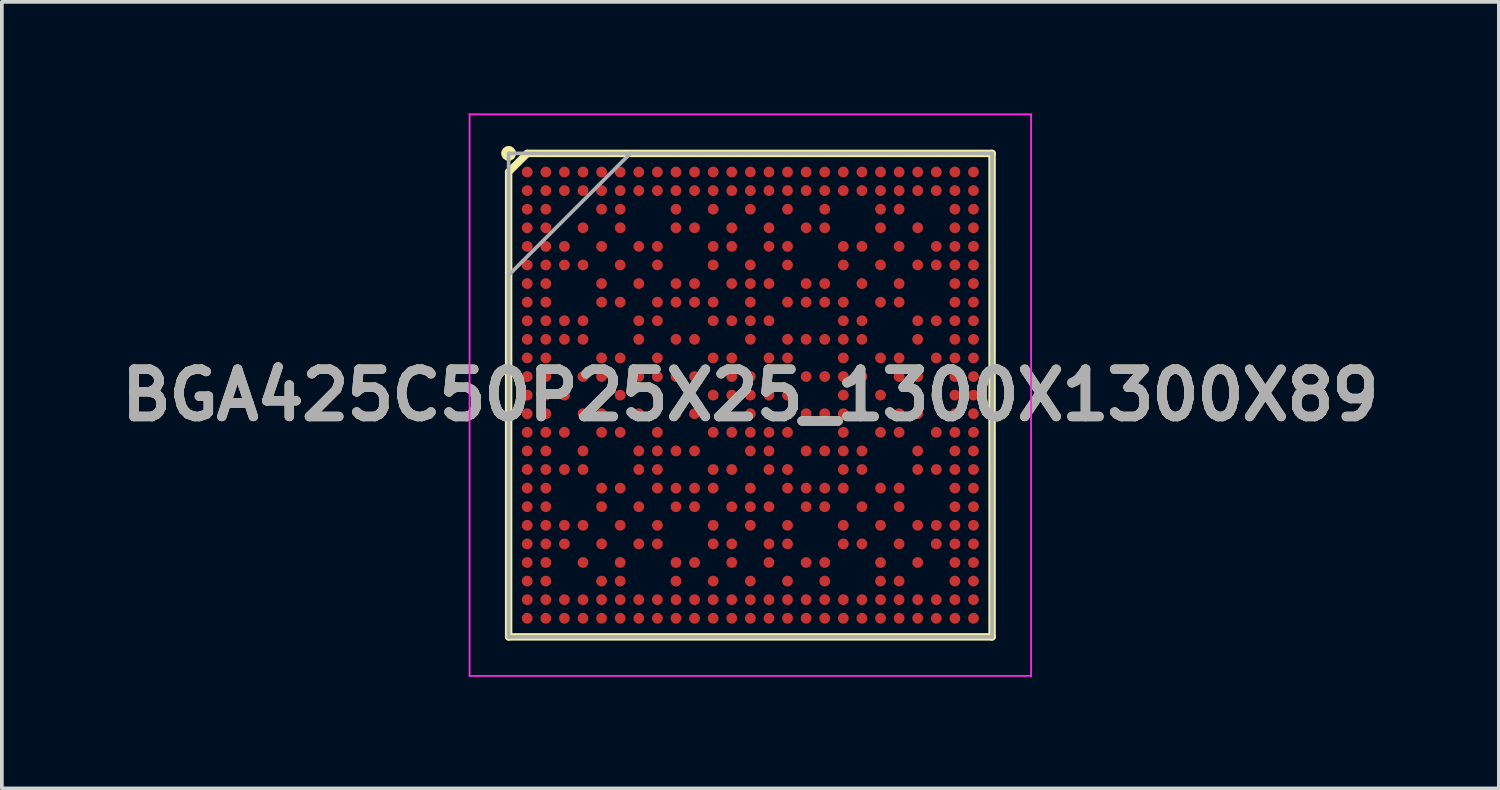
<source format=kicad_pcb>
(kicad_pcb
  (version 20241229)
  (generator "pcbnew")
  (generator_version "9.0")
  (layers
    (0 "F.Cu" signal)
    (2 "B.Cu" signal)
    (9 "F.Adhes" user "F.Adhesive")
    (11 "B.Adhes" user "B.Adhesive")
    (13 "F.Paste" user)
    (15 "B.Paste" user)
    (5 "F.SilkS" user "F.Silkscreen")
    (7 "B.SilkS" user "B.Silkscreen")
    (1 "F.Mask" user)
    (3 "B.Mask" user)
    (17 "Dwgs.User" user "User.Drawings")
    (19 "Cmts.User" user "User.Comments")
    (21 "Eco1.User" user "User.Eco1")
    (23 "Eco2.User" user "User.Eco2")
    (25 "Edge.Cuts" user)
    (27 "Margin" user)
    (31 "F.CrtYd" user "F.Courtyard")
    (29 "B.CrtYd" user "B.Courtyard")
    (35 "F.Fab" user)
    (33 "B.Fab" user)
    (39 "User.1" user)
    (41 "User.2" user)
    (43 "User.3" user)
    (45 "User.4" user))
  (footprint "BGA425C50P25X25_1300X1300X89"
    (layer "F.Cu")
    (at 17.127 7.575)
    (property "Reference" "BGA425C50P25X25_1300X1300X89" (at 0 0 0) (layer "F.SilkS") (effects (font (size 1.27 1.27) (thickness 0.254))))
    (attr smd)
    (fp_line (start -6.5 -6) (end -6 -6.5) (stroke (width 0.2) (type solid)) (layer "F.SilkS"))
    (fp_line (start -6.5 6.5) (end -6.5 -6) (stroke (width 0.2) (type solid)) (layer "F.SilkS"))
    (fp_line (start -6 -6.5) (end 6.5 -6.5) (stroke (width 0.2) (type solid)) (layer "F.SilkS"))
    (fp_line (start 6.5 -6.5) (end 6.5 6.5) (stroke (width 0.2) (type solid)) (layer "F.SilkS"))
    (fp_line (start 6.5 6.5) (end -6.5 6.5) (stroke (width 0.2) (type solid)) (layer "F.SilkS"))
    (fp_circle (center -6.5 -6.5) (end -6.5 -6.4) (stroke (width 0.2) (type solid)) (fill no) (layer "F.SilkS"))
    (fp_line (start -7.55 -7.55) (end 7.55 -7.55) (stroke (width 0.05) (type solid)) (layer "F.CrtYd"))
    (fp_line (start -7.55 7.55) (end -7.55 -7.55) (stroke (width 0.05) (type solid)) (layer "F.CrtYd"))
    (fp_line (start 7.55 -7.55) (end 7.55 7.55) (stroke (width 0.05) (type solid)) (layer "F.CrtYd"))
    (fp_line (start 7.55 7.55) (end -7.55 7.55) (stroke (width 0.05) (type solid)) (layer "F.CrtYd"))
    (fp_line (start -6.5 -6.5) (end 6.5 -6.5) (stroke (width 0.1) (type solid)) (layer "F.Fab"))
    (fp_line (start -6.5 -3.225) (end -3.225 -6.5) (stroke (width 0.1) (type solid)) (layer "F.Fab"))
    (fp_line (start -6.5 6.5) (end -6.5 -6.5) (stroke (width 0.1) (type solid)) (layer "F.Fab"))
    (fp_line (start 6.5 -6.5) (end 6.5 6.5) (stroke (width 0.1) (type solid)) (layer "F.Fab"))
    (fp_line (start 6.5 6.5) (end -6.5 6.5) (stroke (width 0.1) (type solid)) (layer "F.Fab"))
    (fp_text user "${REFERENCE}" (at 0 0 0) (layer "F.Fab") (effects (font (size 1.27 1.27) (thickness 0.254))))
    (pad "A1" smd circle (at -6 -6 90) (size 0.29 0.29) (layers "F.Cu" "F.Mask" "F.Paste"))
    (pad "A2" smd circle (at -5.5 -6 90) (size 0.29 0.29) (layers "F.Cu" "F.Mask" "F.Paste"))
    (pad "A3" smd circle (at -5 -6 90) (size 0.29 0.29) (layers "F.Cu" "F.Mask" "F.Paste"))
    (pad "A4" smd circle (at -4.5 -6 90) (size 0.29 0.29) (layers "F.Cu" "F.Mask" "F.Paste"))
    (pad "A5" smd circle (at -4 -6 90) (size 0.29 0.29) (layers "F.Cu" "F.Mask" "F.Paste"))
    (pad "A6" smd circle (at -3.5 -6 90) (size 0.29 0.29) (layers "F.Cu" "F.Mask" "F.Paste"))
    (pad "A7" smd circle (at -3 -6 90) (size 0.29 0.29) (layers "F.Cu" "F.Mask" "F.Paste"))
    (pad "A8" smd circle (at -2.5 -6 90) (size 0.29 0.29) (layers "F.Cu" "F.Mask" "F.Paste"))
    (pad "A9" smd circle (at -2 -6 90) (size 0.29 0.29) (layers "F.Cu" "F.Mask" "F.Paste"))
    (pad "A10" smd circle (at -1.5 -6 90) (size 0.29 0.29) (layers "F.Cu" "F.Mask" "F.Paste"))
    (pad "A11" smd circle (at -1 -6 90) (size 0.29 0.29) (layers "F.Cu" "F.Mask" "F.Paste"))
    (pad "A12" smd circle (at -0.5 -6 90) (size 0.29 0.29) (layers "F.Cu" "F.Mask" "F.Paste"))
    (pad "A13" smd circle (at 0 -6 90) (size 0.29 0.29) (layers "F.Cu" "F.Mask" "F.Paste"))
    (pad "A14" smd circle (at 0.5 -6 90) (size 0.29 0.29) (layers "F.Cu" "F.Mask" "F.Paste"))
    (pad "A15" smd circle (at 1 -6 90) (size 0.29 0.29) (layers "F.Cu" "F.Mask" "F.Paste"))
    (pad "A16" smd circle (at 1.5 -6 90) (size 0.29 0.29) (layers "F.Cu" "F.Mask" "F.Paste"))
    (pad "A17" smd circle (at 2 -6 90) (size 0.29 0.29) (layers "F.Cu" "F.Mask" "F.Paste"))
    (pad "A18" smd circle (at 2.5 -6 90) (size 0.29 0.29) (layers "F.Cu" "F.Mask" "F.Paste"))
    (pad "A19" smd circle (at 3 -6 90) (size 0.29 0.29) (layers "F.Cu" "F.Mask" "F.Paste"))
    (pad "A20" smd circle (at 3.5 -6 90) (size 0.29 0.29) (layers "F.Cu" "F.Mask" "F.Paste"))
    (pad "A21" smd circle (at 4 -6 90) (size 0.29 0.29) (layers "F.Cu" "F.Mask" "F.Paste"))
    (pad "A22" smd circle (at 4.5 -6 90) (size 0.29 0.29) (layers "F.Cu" "F.Mask" "F.Paste"))
    (pad "A23" smd circle (at 5 -6 90) (size 0.29 0.29) (layers "F.Cu" "F.Mask" "F.Paste"))
    (pad "A24" smd circle (at 5.5 -6 90) (size 0.29 0.29) (layers "F.Cu" "F.Mask" "F.Paste"))
    (pad "A25" smd circle (at 6 -6 90) (size 0.29 0.29) (layers "F.Cu" "F.Mask" "F.Paste"))
    (pad "AA1" smd circle (at -6 4 90) (size 0.29 0.29) (layers "F.Cu" "F.Mask" "F.Paste"))
    (pad "AA2" smd circle (at -5.5 4 90) (size 0.29 0.29) (layers "F.Cu" "F.Mask" "F.Paste"))
    (pad "AA3" smd circle (at -5 4 90) (size 0.29 0.29) (layers "F.Cu" "F.Mask" "F.Paste"))
    (pad "AA5" smd circle (at -4 4 90) (size 0.29 0.29) (layers "F.Cu" "F.Mask" "F.Paste"))
    (pad "AA7" smd circle (at -3 4 90) (size 0.29 0.29) (layers "F.Cu" "F.Mask" "F.Paste"))
    (pad "AA8" smd circle (at -2.5 4 90) (size 0.29 0.29) (layers "F.Cu" "F.Mask" "F.Paste"))
    (pad "AA11" smd circle (at -1 4 90) (size 0.29 0.29) (layers "F.Cu" "F.Mask" "F.Paste"))
    (pad "AA12" smd circle (at -0.5 4 90) (size 0.29 0.29) (layers "F.Cu" "F.Mask" "F.Paste"))
    (pad "AA14" smd circle (at 0.5 4 90) (size 0.29 0.29) (layers "F.Cu" "F.Mask" "F.Paste"))
    (pad "AA15" smd circle (at 1 4 90) (size 0.29 0.29) (layers "F.Cu" "F.Mask" "F.Paste"))
    (pad "AA18" smd circle (at 2.5 4 90) (size 0.29 0.29) (layers "F.Cu" "F.Mask" "F.Paste"))
    (pad "AA19" smd circle (at 3 4 90) (size 0.29 0.29) (layers "F.Cu" "F.Mask" "F.Paste"))
    (pad "AA21" smd circle (at 4 4 90) (size 0.29 0.29) (layers "F.Cu" "F.Mask" "F.Paste"))
    (pad "AA23" smd circle (at 5 4 90) (size 0.29 0.29) (layers "F.Cu" "F.Mask" "F.Paste"))
    (pad "AA24" smd circle (at 5.5 4 90) (size 0.29 0.29) (layers "F.Cu" "F.Mask" "F.Paste"))
    (pad "AA25" smd circle (at 6 4 90) (size 0.29 0.29) (layers "F.Cu" "F.Mask" "F.Paste"))
    (pad "AB1" smd circle (at -6 4.5 90) (size 0.29 0.29) (layers "F.Cu" "F.Mask" "F.Paste"))
    (pad "AB2" smd circle (at -5.5 4.5 90) (size 0.29 0.29) (layers "F.Cu" "F.Mask" "F.Paste"))
    (pad "AB4" smd circle (at -4.5 4.5 90) (size 0.29 0.29) (layers "F.Cu" "F.Mask" "F.Paste"))
    (pad "AB6" smd circle (at -3.5 4.5 90) (size 0.29 0.29) (layers "F.Cu" "F.Mask" "F.Paste"))
    (pad "AB9" smd circle (at -2 4.5 90) (size 0.29 0.29) (layers "F.Cu" "F.Mask" "F.Paste"))
    (pad "AB10" smd circle (at -1.5 4.5 90) (size 0.29 0.29) (layers "F.Cu" "F.Mask" "F.Paste"))
    (pad "AB12" smd circle (at -0.5 4.5 90) (size 0.29 0.29) (layers "F.Cu" "F.Mask" "F.Paste"))
    (pad "AB14" smd circle (at 0.5 4.5 90) (size 0.29 0.29) (layers "F.Cu" "F.Mask" "F.Paste"))
    (pad "AB16" smd circle (at 1.5 4.5 90) (size 0.29 0.29) (layers "F.Cu" "F.Mask" "F.Paste"))
    (pad "AB17" smd circle (at 2 4.5 90) (size 0.29 0.29) (layers "F.Cu" "F.Mask" "F.Paste"))
    (pad "AB20" smd circle (at 3.5 4.5 90) (size 0.29 0.29) (layers "F.Cu" "F.Mask" "F.Paste"))
    (pad "AB22" smd circle (at 4.5 4.5 90) (size 0.29 0.29) (layers "F.Cu" "F.Mask" "F.Paste"))
    (pad "AB24" smd circle (at 5.5 4.5 90) (size 0.29 0.29) (layers "F.Cu" "F.Mask" "F.Paste"))
    (pad "AB25" smd circle (at 6 4.5 90) (size 0.29 0.29) (layers "F.Cu" "F.Mask" "F.Paste"))
    (pad "AC1" smd circle (at -6 5 90) (size 0.29 0.29) (layers "F.Cu" "F.Mask" "F.Paste"))
    (pad "AC2" smd circle (at -5.5 5 90) (size 0.29 0.29) (layers "F.Cu" "F.Mask" "F.Paste"))
    (pad "AC5" smd circle (at -4 5 90) (size 0.29 0.29) (layers "F.Cu" "F.Mask" "F.Paste"))
    (pad "AC6" smd circle (at -3.5 5 90) (size 0.29 0.29) (layers "F.Cu" "F.Mask" "F.Paste"))
    (pad "AC9" smd circle (at -2 5 90) (size 0.29 0.29) (layers "F.Cu" "F.Mask" "F.Paste"))
    (pad "AC11" smd circle (at -1 5 90) (size 0.29 0.29) (layers "F.Cu" "F.Mask" "F.Paste"))
    (pad "AC13" smd circle (at 0 5 90) (size 0.29 0.29) (layers "F.Cu" "F.Mask" "F.Paste"))
    (pad "AC15" smd circle (at 1 5 90) (size 0.29 0.29) (layers "F.Cu" "F.Mask" "F.Paste"))
    (pad "AC17" smd circle (at 2 5 90) (size 0.29 0.29) (layers "F.Cu" "F.Mask" "F.Paste"))
    (pad "AC20" smd circle (at 3.5 5 90) (size 0.29 0.29) (layers "F.Cu" "F.Mask" "F.Paste"))
    (pad "AC21" smd circle (at 4 5 90) (size 0.29 0.29) (layers "F.Cu" "F.Mask" "F.Paste"))
    (pad "AC24" smd circle (at 5.5 5 90) (size 0.29 0.29) (layers "F.Cu" "F.Mask" "F.Paste"))
    (pad "AC25" smd circle (at 6 5 90) (size 0.29 0.29) (layers "F.Cu" "F.Mask" "F.Paste"))
    (pad "AD1" smd circle (at -6 5.5 90) (size 0.29 0.29) (layers "F.Cu" "F.Mask" "F.Paste"))
    (pad "AD2" smd circle (at -5.5 5.5 90) (size 0.29 0.29) (layers "F.Cu" "F.Mask" "F.Paste"))
    (pad "AD3" smd circle (at -5 5.5 90) (size 0.29 0.29) (layers "F.Cu" "F.Mask" "F.Paste"))
    (pad "AD4" smd circle (at -4.5 5.5 90) (size 0.29 0.29) (layers "F.Cu" "F.Mask" "F.Paste"))
    (pad "AD5" smd circle (at -4 5.5 90) (size 0.29 0.29) (layers "F.Cu" "F.Mask" "F.Paste"))
    (pad "AD6" smd circle (at -3.5 5.5 90) (size 0.29 0.29) (layers "F.Cu" "F.Mask" "F.Paste"))
    (pad "AD7" smd circle (at -3 5.5 90) (size 0.29 0.29) (layers "F.Cu" "F.Mask" "F.Paste"))
    (pad "AD8" smd circle (at -2.5 5.5 90) (size 0.29 0.29) (layers "F.Cu" "F.Mask" "F.Paste"))
    (pad "AD9" smd circle (at -2 5.5 90) (size 0.29 0.29) (layers "F.Cu" "F.Mask" "F.Paste"))
    (pad "AD10" smd circle (at -1.5 5.5 90) (size 0.29 0.29) (layers "F.Cu" "F.Mask" "F.Paste"))
    (pad "AD11" smd circle (at -1 5.5 90) (size 0.29 0.29) (layers "F.Cu" "F.Mask" "F.Paste"))
    (pad "AD12" smd circle (at -0.5 5.5 90) (size 0.29 0.29) (layers "F.Cu" "F.Mask" "F.Paste"))
    (pad "AD13" smd circle (at 0 5.5 90) (size 0.29 0.29) (layers "F.Cu" "F.Mask" "F.Paste"))
    (pad "AD14" smd circle (at 0.5 5.5 90) (size 0.29 0.29) (layers "F.Cu" "F.Mask" "F.Paste"))
    (pad "AD15" smd circle (at 1 5.5 90) (size 0.29 0.29) (layers "F.Cu" "F.Mask" "F.Paste"))
    (pad "AD16" smd circle (at 1.5 5.5 90) (size 0.29 0.29) (layers "F.Cu" "F.Mask" "F.Paste"))
    (pad "AD17" smd circle (at 2 5.5 90) (size 0.29 0.29) (layers "F.Cu" "F.Mask" "F.Paste"))
    (pad "AD18" smd circle (at 2.5 5.5 90) (size 0.29 0.29) (layers "F.Cu" "F.Mask" "F.Paste"))
    (pad "AD19" smd circle (at 3 5.5 90) (size 0.29 0.29) (layers "F.Cu" "F.Mask" "F.Paste"))
    (pad "AD20" smd circle (at 3.5 5.5 90) (size 0.29 0.29) (layers "F.Cu" "F.Mask" "F.Paste"))
    (pad "AD21" smd circle (at 4 5.5 90) (size 0.29 0.29) (layers "F.Cu" "F.Mask" "F.Paste"))
    (pad "AD22" smd circle (at 4.5 5.5 90) (size 0.29 0.29) (layers "F.Cu" "F.Mask" "F.Paste"))
    (pad "AD23" smd circle (at 5 5.5 90) (size 0.29 0.29) (layers "F.Cu" "F.Mask" "F.Paste"))
    (pad "AD24" smd circle (at 5.5 5.5 90) (size 0.29 0.29) (layers "F.Cu" "F.Mask" "F.Paste"))
    (pad "AD25" smd circle (at 6 5.5 90) (size 0.29 0.29) (layers "F.Cu" "F.Mask" "F.Paste"))
    (pad "AE1" smd circle (at -6 6 90) (size 0.29 0.29) (layers "F.Cu" "F.Mask" "F.Paste"))
    (pad "AE2" smd circle (at -5.5 6 90) (size 0.29 0.29) (layers "F.Cu" "F.Mask" "F.Paste"))
    (pad "AE3" smd circle (at -5 6 90) (size 0.29 0.29) (layers "F.Cu" "F.Mask" "F.Paste"))
    (pad "AE4" smd circle (at -4.5 6 90) (size 0.29 0.29) (layers "F.Cu" "F.Mask" "F.Paste"))
    (pad "AE5" smd circle (at -4 6 90) (size 0.29 0.29) (layers "F.Cu" "F.Mask" "F.Paste"))
    (pad "AE6" smd circle (at -3.5 6 90) (size 0.29 0.29) (layers "F.Cu" "F.Mask" "F.Paste"))
    (pad "AE7" smd circle (at -3 6 90) (size 0.29 0.29) (layers "F.Cu" "F.Mask" "F.Paste"))
    (pad "AE8" smd circle (at -2.5 6 90) (size 0.29 0.29) (layers "F.Cu" "F.Mask" "F.Paste"))
    (pad "AE9" smd circle (at -2 6 90) (size 0.29 0.29) (layers "F.Cu" "F.Mask" "F.Paste"))
    (pad "AE10" smd circle (at -1.5 6 90) (size 0.29 0.29) (layers "F.Cu" "F.Mask" "F.Paste"))
    (pad "AE11" smd circle (at -1 6 90) (size 0.29 0.29) (layers "F.Cu" "F.Mask" "F.Paste"))
    (pad "AE12" smd circle (at -0.5 6 90) (size 0.29 0.29) (layers "F.Cu" "F.Mask" "F.Paste"))
    (pad "AE13" smd circle (at 0 6 90) (size 0.29 0.29) (layers "F.Cu" "F.Mask" "F.Paste"))
    (pad "AE14" smd circle (at 0.5 6 90) (size 0.29 0.29) (layers "F.Cu" "F.Mask" "F.Paste"))
    (pad "AE15" smd circle (at 1 6 90) (size 0.29 0.29) (layers "F.Cu" "F.Mask" "F.Paste"))
    (pad "AE16" smd circle (at 1.5 6 90) (size 0.29 0.29) (layers "F.Cu" "F.Mask" "F.Paste"))
    (pad "AE17" smd circle (at 2 6 90) (size 0.29 0.29) (layers "F.Cu" "F.Mask" "F.Paste"))
    (pad "AE18" smd circle (at 2.5 6 90) (size 0.29 0.29) (layers "F.Cu" "F.Mask" "F.Paste"))
    (pad "AE19" smd circle (at 3 6 90) (size 0.29 0.29) (layers "F.Cu" "F.Mask" "F.Paste"))
    (pad "AE20" smd circle (at 3.5 6 90) (size 0.29 0.29) (layers "F.Cu" "F.Mask" "F.Paste"))
    (pad "AE21" smd circle (at 4 6 90) (size 0.29 0.29) (layers "F.Cu" "F.Mask" "F.Paste"))
    (pad "AE22" smd circle (at 4.5 6 90) (size 0.29 0.29) (layers "F.Cu" "F.Mask" "F.Paste"))
    (pad "AE23" smd circle (at 5 6 90) (size 0.29 0.29) (layers "F.Cu" "F.Mask" "F.Paste"))
    (pad "AE24" smd circle (at 5.5 6 90) (size 0.29 0.29) (layers "F.Cu" "F.Mask" "F.Paste"))
    (pad "AE25" smd circle (at 6 6 90) (size 0.29 0.29) (layers "F.Cu" "F.Mask" "F.Paste"))
    (pad "B1" smd circle (at -6 -5.5 90) (size 0.29 0.29) (layers "F.Cu" "F.Mask" "F.Paste"))
    (pad "B2" smd circle (at -5.5 -5.5 90) (size 0.29 0.29) (layers "F.Cu" "F.Mask" "F.Paste"))
    (pad "B3" smd circle (at -5 -5.5 90) (size 0.29 0.29) (layers "F.Cu" "F.Mask" "F.Paste"))
    (pad "B4" smd circle (at -4.5 -5.5 90) (size 0.29 0.29) (layers "F.Cu" "F.Mask" "F.Paste"))
    (pad "B5" smd circle (at -4 -5.5 90) (size 0.29 0.29) (layers "F.Cu" "F.Mask" "F.Paste"))
    (pad "B6" smd circle (at -3.5 -5.5 90) (size 0.29 0.29) (layers "F.Cu" "F.Mask" "F.Paste"))
    (pad "B7" smd circle (at -3 -5.5 90) (size 0.29 0.29) (layers "F.Cu" "F.Mask" "F.Paste"))
    (pad "B8" smd circle (at -2.5 -5.5 90) (size 0.29 0.29) (layers "F.Cu" "F.Mask" "F.Paste"))
    (pad "B9" smd circle (at -2 -5.5 90) (size 0.29 0.29) (layers "F.Cu" "F.Mask" "F.Paste"))
    (pad "B10" smd circle (at -1.5 -5.5 90) (size 0.29 0.29) (layers "F.Cu" "F.Mask" "F.Paste"))
    (pad "B11" smd circle (at -1 -5.5 90) (size 0.29 0.29) (layers "F.Cu" "F.Mask" "F.Paste"))
    (pad "B12" smd circle (at -0.5 -5.5 90) (size 0.29 0.29) (layers "F.Cu" "F.Mask" "F.Paste"))
    (pad "B13" smd circle (at 0 -5.5 90) (size 0.29 0.29) (layers "F.Cu" "F.Mask" "F.Paste"))
    (pad "B14" smd circle (at 0.5 -5.5 90) (size 0.29 0.29) (layers "F.Cu" "F.Mask" "F.Paste"))
    (pad "B15" smd circle (at 1 -5.5 90) (size 0.29 0.29) (layers "F.Cu" "F.Mask" "F.Paste"))
    (pad "B16" smd circle (at 1.5 -5.5 90) (size 0.29 0.29) (layers "F.Cu" "F.Mask" "F.Paste"))
    (pad "B17" smd circle (at 2 -5.5 90) (size 0.29 0.29) (layers "F.Cu" "F.Mask" "F.Paste"))
    (pad "B18" smd circle (at 2.5 -5.5 90) (size 0.29 0.29) (layers "F.Cu" "F.Mask" "F.Paste"))
    (pad "B19" smd circle (at 3 -5.5 90) (size 0.29 0.29) (layers "F.Cu" "F.Mask" "F.Paste"))
    (pad "B20" smd circle (at 3.5 -5.5 90) (size 0.29 0.29) (layers "F.Cu" "F.Mask" "F.Paste"))
    (pad "B21" smd circle (at 4 -5.5 90) (size 0.29 0.29) (layers "F.Cu" "F.Mask" "F.Paste"))
    (pad "B22" smd circle (at 4.5 -5.5 90) (size 0.29 0.29) (layers "F.Cu" "F.Mask" "F.Paste"))
    (pad "B23" smd circle (at 5 -5.5 90) (size 0.29 0.29) (layers "F.Cu" "F.Mask" "F.Paste"))
    (pad "B24" smd circle (at 5.5 -5.5 90) (size 0.29 0.29) (layers "F.Cu" "F.Mask" "F.Paste"))
    (pad "B25" smd circle (at 6 -5.5 90) (size 0.29 0.29) (layers "F.Cu" "F.Mask" "F.Paste"))
    (pad "C1" smd circle (at -6 -5 90) (size 0.29 0.29) (layers "F.Cu" "F.Mask" "F.Paste"))
    (pad "C2" smd circle (at -5.5 -5 90) (size 0.29 0.29) (layers "F.Cu" "F.Mask" "F.Paste"))
    (pad "C5" smd circle (at -4 -5 90) (size 0.29 0.29) (layers "F.Cu" "F.Mask" "F.Paste"))
    (pad "C6" smd circle (at -3.5 -5 90) (size 0.29 0.29) (layers "F.Cu" "F.Mask" "F.Paste"))
    (pad "C9" smd circle (at -2 -5 90) (size 0.29 0.29) (layers "F.Cu" "F.Mask" "F.Paste"))
    (pad "C11" smd circle (at -1 -5 90) (size 0.29 0.29) (layers "F.Cu" "F.Mask" "F.Paste"))
    (pad "C13" smd circle (at 0 -5 90) (size 0.29 0.29) (layers "F.Cu" "F.Mask" "F.Paste"))
    (pad "C15" smd circle (at 1 -5 90) (size 0.29 0.29) (layers "F.Cu" "F.Mask" "F.Paste"))
    (pad "C17" smd circle (at 2 -5 90) (size 0.29 0.29) (layers "F.Cu" "F.Mask" "F.Paste"))
    (pad "C20" smd circle (at 3.5 -5 90) (size 0.29 0.29) (layers "F.Cu" "F.Mask" "F.Paste"))
    (pad "C21" smd circle (at 4 -5 90) (size 0.29 0.29) (layers "F.Cu" "F.Mask" "F.Paste"))
    (pad "C24" smd circle (at 5.5 -5 90) (size 0.29 0.29) (layers "F.Cu" "F.Mask" "F.Paste"))
    (pad "C25" smd circle (at 6 -5 90) (size 0.29 0.29) (layers "F.Cu" "F.Mask" "F.Paste"))
    (pad "D1" smd circle (at -6 -4.5 90) (size 0.29 0.29) (layers "F.Cu" "F.Mask" "F.Paste"))
    (pad "D2" smd circle (at -5.5 -4.5 90) (size 0.29 0.29) (layers "F.Cu" "F.Mask" "F.Paste"))
    (pad "D4" smd circle (at -4.5 -4.5 90) (size 0.29 0.29) (layers "F.Cu" "F.Mask" "F.Paste"))
    (pad "D6" smd circle (at -3.5 -4.5 90) (size 0.29 0.29) (layers "F.Cu" "F.Mask" "F.Paste"))
    (pad "D9" smd circle (at -2 -4.5 90) (size 0.29 0.29) (layers "F.Cu" "F.Mask" "F.Paste"))
    (pad "D10" smd circle (at -1.5 -4.5 90) (size 0.29 0.29) (layers "F.Cu" "F.Mask" "F.Paste"))
    (pad "D12" smd circle (at -0.5 -4.5 90) (size 0.29 0.29) (layers "F.Cu" "F.Mask" "F.Paste"))
    (pad "D14" smd circle (at 0.5 -4.5 90) (size 0.29 0.29) (layers "F.Cu" "F.Mask" "F.Paste"))
    (pad "D16" smd circle (at 1.5 -4.5 90) (size 0.29 0.29) (layers "F.Cu" "F.Mask" "F.Paste"))
    (pad "D17" smd circle (at 2 -4.5 90) (size 0.29 0.29) (layers "F.Cu" "F.Mask" "F.Paste"))
    (pad "D20" smd circle (at 3.5 -4.5 90) (size 0.29 0.29) (layers "F.Cu" "F.Mask" "F.Paste"))
    (pad "D22" smd circle (at 4.5 -4.5 90) (size 0.29 0.29) (layers "F.Cu" "F.Mask" "F.Paste"))
    (pad "D24" smd circle (at 5.5 -4.5 90) (size 0.29 0.29) (layers "F.Cu" "F.Mask" "F.Paste"))
    (pad "D25" smd circle (at 6 -4.5 90) (size 0.29 0.29) (layers "F.Cu" "F.Mask" "F.Paste"))
    (pad "E1" smd circle (at -6 -4 90) (size 0.29 0.29) (layers "F.Cu" "F.Mask" "F.Paste"))
    (pad "E2" smd circle (at -5.5 -4 90) (size 0.29 0.29) (layers "F.Cu" "F.Mask" "F.Paste"))
    (pad "E3" smd circle (at -5 -4 90) (size 0.29 0.29) (layers "F.Cu" "F.Mask" "F.Paste"))
    (pad "E5" smd circle (at -4 -4 90) (size 0.29 0.29) (layers "F.Cu" "F.Mask" "F.Paste"))
    (pad "E7" smd circle (at -3 -4 90) (size 0.29 0.29) (layers "F.Cu" "F.Mask" "F.Paste"))
    (pad "E8" smd circle (at -2.5 -4 90) (size 0.29 0.29) (layers "F.Cu" "F.Mask" "F.Paste"))
    (pad "E11" smd circle (at -1 -4 90) (size 0.29 0.29) (layers "F.Cu" "F.Mask" "F.Paste"))
    (pad "E12" smd circle (at -0.5 -4 90) (size 0.29 0.29) (layers "F.Cu" "F.Mask" "F.Paste"))
    (pad "E14" smd circle (at 0.5 -4 90) (size 0.29 0.29) (layers "F.Cu" "F.Mask" "F.Paste"))
    (pad "E15" smd circle (at 1 -4 90) (size 0.29 0.29) (layers "F.Cu" "F.Mask" "F.Paste"))
    (pad "E18" smd circle (at 2.5 -4 90) (size 0.29 0.29) (layers "F.Cu" "F.Mask" "F.Paste"))
    (pad "E19" smd circle (at 3 -4 90) (size 0.29 0.29) (layers "F.Cu" "F.Mask" "F.Paste"))
    (pad "E21" smd circle (at 4 -4 90) (size 0.29 0.29) (layers "F.Cu" "F.Mask" "F.Paste"))
    (pad "E23" smd circle (at 5 -4 90) (size 0.29 0.29) (layers "F.Cu" "F.Mask" "F.Paste"))
    (pad "E24" smd circle (at 5.5 -4 90) (size 0.29 0.29) (layers "F.Cu" "F.Mask" "F.Paste"))
    (pad "E25" smd circle (at 6 -4 90) (size 0.29 0.29) (layers "F.Cu" "F.Mask" "F.Paste"))
    (pad "F1" smd circle (at -6 -3.5 90) (size 0.29 0.29) (layers "F.Cu" "F.Mask" "F.Paste"))
    (pad "F2" smd circle (at -5.5 -3.5 90) (size 0.29 0.29) (layers "F.Cu" "F.Mask" "F.Paste"))
    (pad "F3" smd circle (at -5 -3.5 90) (size 0.29 0.29) (layers "F.Cu" "F.Mask" "F.Paste"))
    (pad "F4" smd circle (at -4.5 -3.5 90) (size 0.29 0.29) (layers "F.Cu" "F.Mask" "F.Paste"))
    (pad "F6" smd circle (at -3.5 -3.5 90) (size 0.29 0.29) (layers "F.Cu" "F.Mask" "F.Paste"))
    (pad "F8" smd circle (at -2.5 -3.5 90) (size 0.29 0.29) (layers "F.Cu" "F.Mask" "F.Paste"))
    (pad "F11" smd circle (at -1 -3.5 90) (size 0.29 0.29) (layers "F.Cu" "F.Mask" "F.Paste"))
    (pad "F13" smd circle (at 0 -3.5 90) (size 0.29 0.29) (layers "F.Cu" "F.Mask" "F.Paste"))
    (pad "F15" smd circle (at 1 -3.5 90) (size 0.29 0.29) (layers "F.Cu" "F.Mask" "F.Paste"))
    (pad "F18" smd circle (at 2.5 -3.5 90) (size 0.29 0.29) (layers "F.Cu" "F.Mask" "F.Paste"))
    (pad "F20" smd circle (at 3.5 -3.5 90) (size 0.29 0.29) (layers "F.Cu" "F.Mask" "F.Paste"))
    (pad "F22" smd circle (at 4.5 -3.5 90) (size 0.29 0.29) (layers "F.Cu" "F.Mask" "F.Paste"))
    (pad "F23" smd circle (at 5 -3.5 90) (size 0.29 0.29) (layers "F.Cu" "F.Mask" "F.Paste"))
    (pad "F24" smd circle (at 5.5 -3.5 90) (size 0.29 0.29) (layers "F.Cu" "F.Mask" "F.Paste"))
    (pad "F25" smd circle (at 6 -3.5 90) (size 0.29 0.29) (layers "F.Cu" "F.Mask" "F.Paste"))
    (pad "G1" smd circle (at -6 -3 90) (size 0.29 0.29) (layers "F.Cu" "F.Mask" "F.Paste"))
    (pad "G2" smd circle (at -5.5 -3 90) (size 0.29 0.29) (layers "F.Cu" "F.Mask" "F.Paste"))
    (pad "G5" smd circle (at -4 -3 90) (size 0.29 0.29) (layers "F.Cu" "F.Mask" "F.Paste"))
    (pad "G7" smd circle (at -3 -3 90) (size 0.29 0.29) (layers "F.Cu" "F.Mask" "F.Paste"))
    (pad "G9" smd circle (at -2 -3 90) (size 0.29 0.29) (layers "F.Cu" "F.Mask" "F.Paste"))
    (pad "G10" smd circle (at -1.5 -3 90) (size 0.29 0.29) (layers "F.Cu" "F.Mask" "F.Paste"))
    (pad "G12" smd circle (at -0.5 -3 90) (size 0.29 0.29) (layers "F.Cu" "F.Mask" "F.Paste"))
    (pad "G13" smd circle (at 0 -3 90) (size 0.29 0.29) (layers "F.Cu" "F.Mask" "F.Paste"))
    (pad "G14" smd circle (at 0.5 -3 90) (size 0.29 0.29) (layers "F.Cu" "F.Mask" "F.Paste"))
    (pad "G16" smd circle (at 1.5 -3 90) (size 0.29 0.29) (layers "F.Cu" "F.Mask" "F.Paste"))
    (pad "G17" smd circle (at 2 -3 90) (size 0.29 0.29) (layers "F.Cu" "F.Mask" "F.Paste"))
    (pad "G19" smd circle (at 3 -3 90) (size 0.29 0.29) (layers "F.Cu" "F.Mask" "F.Paste"))
    (pad "G21" smd circle (at 4 -3 90) (size 0.29 0.29) (layers "F.Cu" "F.Mask" "F.Paste"))
    (pad "G24" smd circle (at 5.5 -3 90) (size 0.29 0.29) (layers "F.Cu" "F.Mask" "F.Paste"))
    (pad "G25" smd circle (at 6 -3 90) (size 0.29 0.29) (layers "F.Cu" "F.Mask" "F.Paste"))
    (pad "H1" smd circle (at -6 -2.5 90) (size 0.29 0.29) (layers "F.Cu" "F.Mask" "F.Paste"))
    (pad "H2" smd circle (at -5.5 -2.5 90) (size 0.29 0.29) (layers "F.Cu" "F.Mask" "F.Paste"))
    (pad "H5" smd circle (at -4 -2.5 90) (size 0.29 0.29) (layers "F.Cu" "F.Mask" "F.Paste"))
    (pad "H6" smd circle (at -3.5 -2.5 90) (size 0.29 0.29) (layers "F.Cu" "F.Mask" "F.Paste"))
    (pad "H8" smd circle (at -2.5 -2.5 90) (size 0.29 0.29) (layers "F.Cu" "F.Mask" "F.Paste"))
    (pad "H9" smd circle (at -2 -2.5 90) (size 0.29 0.29) (layers "F.Cu" "F.Mask" "F.Paste"))
    (pad "H10" smd circle (at -1.5 -2.5 90) (size 0.29 0.29) (layers "F.Cu" "F.Mask" "F.Paste"))
    (pad "H11" smd circle (at -1 -2.5 90) (size 0.29 0.29) (layers "F.Cu" "F.Mask" "F.Paste"))
    (pad "H13" smd circle (at 0 -2.5 90) (size 0.29 0.29) (layers "F.Cu" "F.Mask" "F.Paste"))
    (pad "H15" smd circle (at 1 -2.5 90) (size 0.29 0.29) (layers "F.Cu" "F.Mask" "F.Paste"))
    (pad "H16" smd circle (at 1.5 -2.5 90) (size 0.29 0.29) (layers "F.Cu" "F.Mask" "F.Paste"))
    (pad "H17" smd circle (at 2 -2.5 90) (size 0.29 0.29) (layers "F.Cu" "F.Mask" "F.Paste"))
    (pad "H18" smd circle (at 2.5 -2.5 90) (size 0.29 0.29) (layers "F.Cu" "F.Mask" "F.Paste"))
    (pad "H20" smd circle (at 3.5 -2.5 90) (size 0.29 0.29) (layers "F.Cu" "F.Mask" "F.Paste"))
    (pad "H21" smd circle (at 4 -2.5 90) (size 0.29 0.29) (layers "F.Cu" "F.Mask" "F.Paste"))
    (pad "H24" smd circle (at 5.5 -2.5 90) (size 0.29 0.29) (layers "F.Cu" "F.Mask" "F.Paste"))
    (pad "H25" smd circle (at 6 -2.5 90) (size 0.29 0.29) (layers "F.Cu" "F.Mask" "F.Paste"))
    (pad "J1" smd circle (at -6 -2 90) (size 0.29 0.29) (layers "F.Cu" "F.Mask" "F.Paste"))
    (pad "J2" smd circle (at -5.5 -2 90) (size 0.29 0.29) (layers "F.Cu" "F.Mask" "F.Paste"))
    (pad "J3" smd circle (at -5 -2 90) (size 0.29 0.29) (layers "F.Cu" "F.Mask" "F.Paste"))
    (pad "J4" smd circle (at -4.5 -2 90) (size 0.29 0.29) (layers "F.Cu" "F.Mask" "F.Paste"))
    (pad "J7" smd circle (at -3 -2 90) (size 0.29 0.29) (layers "F.Cu" "F.Mask" "F.Paste"))
    (pad "J8" smd circle (at -2.5 -2 90) (size 0.29 0.29) (layers "F.Cu" "F.Mask" "F.Paste"))
    (pad "J11" smd circle (at -1 -2 90) (size 0.29 0.29) (layers "F.Cu" "F.Mask" "F.Paste"))
    (pad "J12" smd circle (at -0.5 -2 90) (size 0.29 0.29) (layers "F.Cu" "F.Mask" "F.Paste"))
    (pad "J13" smd circle (at 0 -2 90) (size 0.29 0.29) (layers "F.Cu" "F.Mask" "F.Paste"))
    (pad "J14" smd circle (at 0.5 -2 90) (size 0.29 0.29) (layers "F.Cu" "F.Mask" "F.Paste"))
    (pad "J18" smd circle (at 2.5 -2 90) (size 0.29 0.29) (layers "F.Cu" "F.Mask" "F.Paste"))
    (pad "J19" smd circle (at 3 -2 90) (size 0.29 0.29) (layers "F.Cu" "F.Mask" "F.Paste"))
    (pad "J22" smd circle (at 4.5 -2 90) (size 0.29 0.29) (layers "F.Cu" "F.Mask" "F.Paste"))
    (pad "J23" smd circle (at 5 -2 90) (size 0.29 0.29) (layers "F.Cu" "F.Mask" "F.Paste"))
    (pad "J24" smd circle (at 5.5 -2 90) (size 0.29 0.29) (layers "F.Cu" "F.Mask" "F.Paste"))
    (pad "J25" smd circle (at 6 -2 90) (size 0.29 0.29) (layers "F.Cu" "F.Mask" "F.Paste"))
    (pad "K1" smd circle (at -6 -1.5 90) (size 0.29 0.29) (layers "F.Cu" "F.Mask" "F.Paste"))
    (pad "K2" smd circle (at -5.5 -1.5 90) (size 0.29 0.29) (layers "F.Cu" "F.Mask" "F.Paste"))
    (pad "K3" smd circle (at -5 -1.5 90) (size 0.29 0.29) (layers "F.Cu" "F.Mask" "F.Paste"))
    (pad "K4" smd circle (at -4.5 -1.5 90) (size 0.29 0.29) (layers "F.Cu" "F.Mask" "F.Paste"))
    (pad "K7" smd circle (at -3 -1.5 90) (size 0.29 0.29) (layers "F.Cu" "F.Mask" "F.Paste"))
    (pad "K9" smd circle (at -2 -1.5 90) (size 0.29 0.29) (layers "F.Cu" "F.Mask" "F.Paste"))
    (pad "K10" smd circle (at -1.5 -1.5 90) (size 0.29 0.29) (layers "F.Cu" "F.Mask" "F.Paste"))
    (pad "K13" smd circle (at 0 -1.5 90) (size 0.29 0.29) (layers "F.Cu" "F.Mask" "F.Paste"))
    (pad "K15" smd circle (at 1 -1.5 90) (size 0.29 0.29) (layers "F.Cu" "F.Mask" "F.Paste"))
    (pad "K16" smd circle (at 1.5 -1.5 90) (size 0.29 0.29) (layers "F.Cu" "F.Mask" "F.Paste"))
    (pad "K17" smd circle (at 2 -1.5 90) (size 0.29 0.29) (layers "F.Cu" "F.Mask" "F.Paste"))
    (pad "K18" smd circle (at 2.5 -1.5 90) (size 0.29 0.29) (layers "F.Cu" "F.Mask" "F.Paste"))
    (pad "K19" smd circle (at 3 -1.5 90) (size 0.29 0.29) (layers "F.Cu" "F.Mask" "F.Paste"))
    (pad "K22" smd circle (at 4.5 -1.5 90) (size 0.29 0.29) (layers "F.Cu" "F.Mask" "F.Paste"))
    (pad "K24" smd circle (at 5.5 -1.5 90) (size 0.29 0.29) (layers "F.Cu" "F.Mask" "F.Paste"))
    (pad "K25" smd circle (at 6 -1.5 90) (size 0.29 0.29) (layers "F.Cu" "F.Mask" "F.Paste"))
    (pad "L1" smd circle (at -6 -1 90) (size 0.29 0.29) (layers "F.Cu" "F.Mask" "F.Paste"))
    (pad "L2" smd circle (at -5.5 -1 90) (size 0.29 0.29) (layers "F.Cu" "F.Mask" "F.Paste"))
    (pad "L5" smd circle (at -4 -1 90) (size 0.29 0.29) (layers "F.Cu" "F.Mask" "F.Paste"))
    (pad "L6" smd circle (at -3.5 -1 90) (size 0.29 0.29) (layers "F.Cu" "F.Mask" "F.Paste"))
    (pad "L8" smd circle (at -2.5 -1 90) (size 0.29 0.29) (layers "F.Cu" "F.Mask" "F.Paste"))
    (pad "L11" smd circle (at -1 -1 90) (size 0.29 0.29) (layers "F.Cu" "F.Mask" "F.Paste"))
    (pad "L12" smd circle (at -0.5 -1 90) (size 0.29 0.29) (layers "F.Cu" "F.Mask" "F.Paste"))
    (pad "L14" smd circle (at 0.5 -1 90) (size 0.29 0.29) (layers "F.Cu" "F.Mask" "F.Paste"))
    (pad "L15" smd circle (at 1 -1 90) (size 0.29 0.29) (layers "F.Cu" "F.Mask" "F.Paste"))
    (pad "L18" smd circle (at 2.5 -1 90) (size 0.29 0.29) (layers "F.Cu" "F.Mask" "F.Paste"))
    (pad "L20" smd circle (at 3.5 -1 90) (size 0.29 0.29) (layers "F.Cu" "F.Mask" "F.Paste"))
    (pad "L21" smd circle (at 4 -1 90) (size 0.29 0.29) (layers "F.Cu" "F.Mask" "F.Paste"))
    (pad "L23" smd circle (at 5 -1 90) (size 0.29 0.29) (layers "F.Cu" "F.Mask" "F.Paste"))
    (pad "L24" smd circle (at 5.5 -1 90) (size 0.29 0.29) (layers "F.Cu" "F.Mask" "F.Paste"))
    (pad "L25" smd circle (at 6 -1 90) (size 0.29 0.29) (layers "F.Cu" "F.Mask" "F.Paste"))
    (pad "M1" smd circle (at -6 -0.5 90) (size 0.29 0.29) (layers "F.Cu" "F.Mask" "F.Paste"))
    (pad "M2" smd circle (at -5.5 -0.5 90) (size 0.29 0.29) (layers "F.Cu" "F.Mask" "F.Paste"))
    (pad "M4" smd circle (at -4.5 -0.5 90) (size 0.29 0.29) (layers "F.Cu" "F.Mask" "F.Paste"))
    (pad "M5" smd circle (at -4 -0.5 90) (size 0.29 0.29) (layers "F.Cu" "F.Mask" "F.Paste"))
    (pad "M7" smd circle (at -3 -0.5 90) (size 0.29 0.29) (layers "F.Cu" "F.Mask" "F.Paste"))
    (pad "M8" smd circle (at -2.5 -0.5 90) (size 0.29 0.29) (layers "F.Cu" "F.Mask" "F.Paste"))
    (pad "M9" smd circle (at -2 -0.5 90) (size 0.29 0.29) (layers "F.Cu" "F.Mask" "F.Paste"))
    (pad "M10" smd circle (at -1.5 -0.5 90) (size 0.29 0.29) (layers "F.Cu" "F.Mask" "F.Paste"))
    (pad "M12" smd circle (at -0.5 -0.5 90) (size 0.29 0.29) (layers "F.Cu" "F.Mask" "F.Paste"))
    (pad "M13" smd circle (at 0 -0.5 90) (size 0.29 0.29) (layers "F.Cu" "F.Mask" "F.Paste"))
    (pad "M16" smd circle (at 1.5 -0.5 90) (size 0.29 0.29) (layers "F.Cu" "F.Mask" "F.Paste"))
    (pad "M17" smd circle (at 2 -0.5 90) (size 0.29 0.29) (layers "F.Cu" "F.Mask" "F.Paste"))
    (pad "M18" smd circle (at 2.5 -0.5 90) (size 0.29 0.29) (layers "F.Cu" "F.Mask" "F.Paste"))
    (pad "M19" smd circle (at 3 -0.5 90) (size 0.29 0.29) (layers "F.Cu" "F.Mask" "F.Paste"))
    (pad "M21" smd circle (at 4 -0.5 90) (size 0.29 0.29) (layers "F.Cu" "F.Mask" "F.Paste"))
    (pad "M22" smd circle (at 4.5 -0.5 90) (size 0.29 0.29) (layers "F.Cu" "F.Mask" "F.Paste"))
    (pad "M24" smd circle (at 5.5 -0.5 90) (size 0.29 0.29) (layers "F.Cu" "F.Mask" "F.Paste"))
    (pad "M25" smd circle (at 6 -0.5 90) (size 0.29 0.29) (layers "F.Cu" "F.Mask" "F.Paste"))
    (pad "N1" smd circle (at -6 0 90) (size 0.29 0.29) (layers "F.Cu" "F.Mask" "F.Paste"))
    (pad "N2" smd circle (at -5.5 0 90) (size 0.29 0.29) (layers "F.Cu" "F.Mask" "F.Paste"))
    (pad "N3" smd circle (at -5 0 90) (size 0.29 0.29) (layers "F.Cu" "F.Mask" "F.Paste"))
    (pad "N6" smd circle (at -3.5 0 90) (size 0.29 0.29) (layers "F.Cu" "F.Mask" "F.Paste"))
    (pad "N8" smd circle (at -2.5 0 90) (size 0.29 0.29) (layers "F.Cu" "F.Mask" "F.Paste"))
    (pad "N11" smd circle (at -1 0 90) (size 0.29 0.29) (layers "F.Cu" "F.Mask" "F.Paste"))
    (pad "N12" smd circle (at -0.5 0 90) (size 0.29 0.29) (layers "F.Cu" "F.Mask" "F.Paste"))
    (pad "N13" smd circle (at 0 0 90) (size 0.29 0.29) (layers "F.Cu" "F.Mask" "F.Paste"))
    (pad "N14" smd circle (at 0.5 0 90) (size 0.29 0.29) (layers "F.Cu" "F.Mask" "F.Paste"))
    (pad "N15" smd circle (at 1 0 90) (size 0.29 0.29) (layers "F.Cu" "F.Mask" "F.Paste"))
    (pad "N18" smd circle (at 2.5 0 90) (size 0.29 0.29) (layers "F.Cu" "F.Mask" "F.Paste"))
    (pad "N20" smd circle (at 3.5 0 90) (size 0.29 0.29) (layers "F.Cu" "F.Mask" "F.Paste"))
    (pad "N23" smd circle (at 5 0 90) (size 0.29 0.29) (layers "F.Cu" "F.Mask" "F.Paste"))
    (pad "N24" smd circle (at 5.5 0 90) (size 0.29 0.29) (layers "F.Cu" "F.Mask" "F.Paste"))
    (pad "N25" smd circle (at 6 0 90) (size 0.29 0.29) (layers "F.Cu" "F.Mask" "F.Paste"))
    (pad "P1" smd circle (at -6 0.5 90) (size 0.29 0.29) (layers "F.Cu" "F.Mask" "F.Paste"))
    (pad "P2" smd circle (at -5.5 0.5 90) (size 0.29 0.29) (layers "F.Cu" "F.Mask" "F.Paste"))
    (pad "P4" smd circle (at -4.5 0.5 90) (size 0.29 0.29) (layers "F.Cu" "F.Mask" "F.Paste"))
    (pad "P5" smd circle (at -4 0.5 90) (size 0.29 0.29) (layers "F.Cu" "F.Mask" "F.Paste"))
    (pad "P7" smd circle (at -3 0.5 90) (size 0.29 0.29) (layers "F.Cu" "F.Mask" "F.Paste"))
    (pad "P9" smd circle (at -2 0.5 90) (size 0.29 0.29) (layers "F.Cu" "F.Mask" "F.Paste"))
    (pad "P10" smd circle (at -1.5 0.5 90) (size 0.29 0.29) (layers "F.Cu" "F.Mask" "F.Paste"))
    (pad "P13" smd circle (at 0 0.5 90) (size 0.29 0.29) (layers "F.Cu" "F.Mask" "F.Paste"))
    (pad "P16" smd circle (at 1.5 0.5 90) (size 0.29 0.29) (layers "F.Cu" "F.Mask" "F.Paste"))
    (pad "P17" smd circle (at 2 0.5 90) (size 0.29 0.29) (layers "F.Cu" "F.Mask" "F.Paste"))
    (pad "P18" smd circle (at 2.5 0.5 90) (size 0.29 0.29) (layers "F.Cu" "F.Mask" "F.Paste"))
    (pad "P19" smd circle (at 3 0.5 90) (size 0.29 0.29) (layers "F.Cu" "F.Mask" "F.Paste"))
    (pad "P21" smd circle (at 4 0.5 90) (size 0.29 0.29) (layers "F.Cu" "F.Mask" "F.Paste"))
    (pad "P22" smd circle (at 4.5 0.5 90) (size 0.29 0.29) (layers "F.Cu" "F.Mask" "F.Paste"))
    (pad "P24" smd circle (at 5.5 0.5 90) (size 0.29 0.29) (layers "F.Cu" "F.Mask" "F.Paste"))
    (pad "P25" smd circle (at 6 0.5 90) (size 0.29 0.29) (layers "F.Cu" "F.Mask" "F.Paste"))
    (pad "R1" smd circle (at -6 1 90) (size 0.29 0.29) (layers "F.Cu" "F.Mask" "F.Paste"))
    (pad "R2" smd circle (at -5.5 1 90) (size 0.29 0.29) (layers "F.Cu" "F.Mask" "F.Paste"))
    (pad "R3" smd circle (at -5 1 90) (size 0.29 0.29) (layers "F.Cu" "F.Mask" "F.Paste"))
    (pad "R5" smd circle (at -4 1 90) (size 0.29 0.29) (layers "F.Cu" "F.Mask" "F.Paste"))
    (pad "R6" smd circle (at -3.5 1 90) (size 0.29 0.29) (layers "F.Cu" "F.Mask" "F.Paste"))
    (pad "R8" smd circle (at -2.5 1 90) (size 0.29 0.29) (layers "F.Cu" "F.Mask" "F.Paste"))
    (pad "R11" smd circle (at -1 1 90) (size 0.29 0.29) (layers "F.Cu" "F.Mask" "F.Paste"))
    (pad "R12" smd circle (at -0.5 1 90) (size 0.29 0.29) (layers "F.Cu" "F.Mask" "F.Paste"))
    (pad "R13" smd circle (at 0 1 90) (size 0.29 0.29) (layers "F.Cu" "F.Mask" "F.Paste"))
    (pad "R14" smd circle (at 0.5 1 90) (size 0.29 0.29) (layers "F.Cu" "F.Mask" "F.Paste"))
    (pad "R15" smd circle (at 1 1 90) (size 0.29 0.29) (layers "F.Cu" "F.Mask" "F.Paste"))
    (pad "R18" smd circle (at 2.5 1 90) (size 0.29 0.29) (layers "F.Cu" "F.Mask" "F.Paste"))
    (pad "R20" smd circle (at 3.5 1 90) (size 0.29 0.29) (layers "F.Cu" "F.Mask" "F.Paste"))
    (pad "R21" smd circle (at 4 1 90) (size 0.29 0.29) (layers "F.Cu" "F.Mask" "F.Paste"))
    (pad "R23" smd circle (at 5 1 90) (size 0.29 0.29) (layers "F.Cu" "F.Mask" "F.Paste"))
    (pad "R24" smd circle (at 5.5 1 90) (size 0.29 0.29) (layers "F.Cu" "F.Mask" "F.Paste"))
    (pad "R25" smd circle (at 6 1 90) (size 0.29 0.29) (layers "F.Cu" "F.Mask" "F.Paste"))
    (pad "T1" smd circle (at -6 1.5 90) (size 0.29 0.29) (layers "F.Cu" "F.Mask" "F.Paste"))
    (pad "T2" smd circle (at -5.5 1.5 90) (size 0.29 0.29) (layers "F.Cu" "F.Mask" "F.Paste"))
    (pad "T4" smd circle (at -4.5 1.5 90) (size 0.29 0.29) (layers "F.Cu" "F.Mask" "F.Paste"))
    (pad "T7" smd circle (at -3 1.5 90) (size 0.29 0.29) (layers "F.Cu" "F.Mask" "F.Paste"))
    (pad "T8" smd circle (at -2.5 1.5 90) (size 0.29 0.29) (layers "F.Cu" "F.Mask" "F.Paste"))
    (pad "T9" smd circle (at -2 1.5 90) (size 0.29 0.29) (layers "F.Cu" "F.Mask" "F.Paste"))
    (pad "T10" smd circle (at -1.5 1.5 90) (size 0.29 0.29) (layers "F.Cu" "F.Mask" "F.Paste"))
    (pad "T13" smd circle (at 0 1.5 90) (size 0.29 0.29) (layers "F.Cu" "F.Mask" "F.Paste"))
    (pad "T14" smd circle (at 0.5 1.5 90) (size 0.29 0.29) (layers "F.Cu" "F.Mask" "F.Paste"))
    (pad "T16" smd circle (at 1.5 1.5 90) (size 0.29 0.29) (layers "F.Cu" "F.Mask" "F.Paste"))
    (pad "T17" smd circle (at 2 1.5 90) (size 0.29 0.29) (layers "F.Cu" "F.Mask" "F.Paste"))
    (pad "T18" smd circle (at 2.5 1.5 90) (size 0.29 0.29) (layers "F.Cu" "F.Mask" "F.Paste"))
    (pad "T19" smd circle (at 3 1.5 90) (size 0.29 0.29) (layers "F.Cu" "F.Mask" "F.Paste"))
    (pad "T22" smd circle (at 4.5 1.5 90) (size 0.29 0.29) (layers "F.Cu" "F.Mask" "F.Paste"))
    (pad "T24" smd circle (at 5.5 1.5 90) (size 0.29 0.29) (layers "F.Cu" "F.Mask" "F.Paste"))
    (pad "T25" smd circle (at 6 1.5 90) (size 0.29 0.29) (layers "F.Cu" "F.Mask" "F.Paste"))
    (pad "U1" smd circle (at -6 2 90) (size 0.29 0.29) (layers "F.Cu" "F.Mask" "F.Paste"))
    (pad "U2" smd circle (at -5.5 2 90) (size 0.29 0.29) (layers "F.Cu" "F.Mask" "F.Paste"))
    (pad "U3" smd circle (at -5 2 90) (size 0.29 0.29) (layers "F.Cu" "F.Mask" "F.Paste"))
    (pad "U4" smd circle (at -4.5 2 90) (size 0.29 0.29) (layers "F.Cu" "F.Mask" "F.Paste"))
    (pad "U7" smd circle (at -3 2 90) (size 0.29 0.29) (layers "F.Cu" "F.Mask" "F.Paste"))
    (pad "U8" smd circle (at -2.5 2 90) (size 0.29 0.29) (layers "F.Cu" "F.Mask" "F.Paste"))
    (pad "U11" smd circle (at -1 2 90) (size 0.29 0.29) (layers "F.Cu" "F.Mask" "F.Paste"))
    (pad "U12" smd circle (at -0.5 2 90) (size 0.29 0.29) (layers "F.Cu" "F.Mask" "F.Paste"))
    (pad "U14" smd circle (at 0.5 2 90) (size 0.29 0.29) (layers "F.Cu" "F.Mask" "F.Paste"))
    (pad "U15" smd circle (at 1 2 90) (size 0.29 0.29) (layers "F.Cu" "F.Mask" "F.Paste"))
    (pad "U18" smd circle (at 2.5 2 90) (size 0.29 0.29) (layers "F.Cu" "F.Mask" "F.Paste"))
    (pad "U19" smd circle (at 3 2 90) (size 0.29 0.29) (layers "F.Cu" "F.Mask" "F.Paste"))
    (pad "U22" smd circle (at 4.5 2 90) (size 0.29 0.29) (layers "F.Cu" "F.Mask" "F.Paste"))
    (pad "U23" smd circle (at 5 2 90) (size 0.29 0.29) (layers "F.Cu" "F.Mask" "F.Paste"))
    (pad "U24" smd circle (at 5.5 2 90) (size 0.29 0.29) (layers "F.Cu" "F.Mask" "F.Paste"))
    (pad "U25" smd circle (at 6 2 90) (size 0.29 0.29) (layers "F.Cu" "F.Mask" "F.Paste"))
    (pad "V1" smd circle (at -6 2.5 90) (size 0.29 0.29) (layers "F.Cu" "F.Mask" "F.Paste"))
    (pad "V2" smd circle (at -5.5 2.5 90) (size 0.29 0.29) (layers "F.Cu" "F.Mask" "F.Paste"))
    (pad "V5" smd circle (at -4 2.5 90) (size 0.29 0.29) (layers "F.Cu" "F.Mask" "F.Paste"))
    (pad "V6" smd circle (at -3.5 2.5 90) (size 0.29 0.29) (layers "F.Cu" "F.Mask" "F.Paste"))
    (pad "V8" smd circle (at -2.5 2.5 90) (size 0.29 0.29) (layers "F.Cu" "F.Mask" "F.Paste"))
    (pad "V9" smd circle (at -2 2.5 90) (size 0.29 0.29) (layers "F.Cu" "F.Mask" "F.Paste"))
    (pad "V10" smd circle (at -1.5 2.5 90) (size 0.29 0.29) (layers "F.Cu" "F.Mask" "F.Paste"))
    (pad "V11" smd circle (at -1 2.5 90) (size 0.29 0.29) (layers "F.Cu" "F.Mask" "F.Paste"))
    (pad "V13" smd circle (at 0 2.5 90) (size 0.29 0.29) (layers "F.Cu" "F.Mask" "F.Paste"))
    (pad "V15" smd circle (at 1 2.5 90) (size 0.29 0.29) (layers "F.Cu" "F.Mask" "F.Paste"))
    (pad "V16" smd circle (at 1.5 2.5 90) (size 0.29 0.29) (layers "F.Cu" "F.Mask" "F.Paste"))
    (pad "V17" smd circle (at 2 2.5 90) (size 0.29 0.29) (layers "F.Cu" "F.Mask" "F.Paste"))
    (pad "V18" smd circle (at 2.5 2.5 90) (size 0.29 0.29) (layers "F.Cu" "F.Mask" "F.Paste"))
    (pad "V20" smd circle (at 3.5 2.5 90) (size 0.29 0.29) (layers "F.Cu" "F.Mask" "F.Paste"))
    (pad "V21" smd circle (at 4 2.5 90) (size 0.29 0.29) (layers "F.Cu" "F.Mask" "F.Paste"))
    (pad "V24" smd circle (at 5.5 2.5 90) (size 0.29 0.29) (layers "F.Cu" "F.Mask" "F.Paste"))
    (pad "V25" smd circle (at 6 2.5 90) (size 0.29 0.29) (layers "F.Cu" "F.Mask" "F.Paste"))
    (pad "W1" smd circle (at -6 3 90) (size 0.29 0.29) (layers "F.Cu" "F.Mask" "F.Paste"))
    (pad "W2" smd circle (at -5.5 3 90) (size 0.29 0.29) (layers "F.Cu" "F.Mask" "F.Paste"))
    (pad "W5" smd circle (at -4 3 90) (size 0.29 0.29) (layers "F.Cu" "F.Mask" "F.Paste"))
    (pad "W7" smd circle (at -3 3 90) (size 0.29 0.29) (layers "F.Cu" "F.Mask" "F.Paste"))
    (pad "W9" smd circle (at -2 3 90) (size 0.29 0.29) (layers "F.Cu" "F.Mask" "F.Paste"))
    (pad "W10" smd circle (at -1.5 3 90) (size 0.29 0.29) (layers "F.Cu" "F.Mask" "F.Paste"))
    (pad "W12" smd circle (at -0.5 3 90) (size 0.29 0.29) (layers "F.Cu" "F.Mask" "F.Paste"))
    (pad "W13" smd circle (at 0 3 90) (size 0.29 0.29) (layers "F.Cu" "F.Mask" "F.Paste"))
    (pad "W14" smd circle (at 0.5 3 90) (size 0.29 0.29) (layers "F.Cu" "F.Mask" "F.Paste"))
    (pad "W16" smd circle (at 1.5 3 90) (size 0.29 0.29) (layers "F.Cu" "F.Mask" "F.Paste"))
    (pad "W17" smd circle (at 2 3 90) (size 0.29 0.29) (layers "F.Cu" "F.Mask" "F.Paste"))
    (pad "W19" smd circle (at 3 3 90) (size 0.29 0.29) (layers "F.Cu" "F.Mask" "F.Paste"))
    (pad "W21" smd circle (at 4 3 90) (size 0.29 0.29) (layers "F.Cu" "F.Mask" "F.Paste"))
    (pad "W24" smd circle (at 5.5 3 90) (size 0.29 0.29) (layers "F.Cu" "F.Mask" "F.Paste"))
    (pad "W25" smd circle (at 6 3 90) (size 0.29 0.29) (layers "F.Cu" "F.Mask" "F.Paste"))
    (pad "Y1" smd circle (at -6 3.5 90) (size 0.29 0.29) (layers "F.Cu" "F.Mask" "F.Paste"))
    (pad "Y2" smd circle (at -5.5 3.5 90) (size 0.29 0.29) (layers "F.Cu" "F.Mask" "F.Paste"))
    (pad "Y3" smd circle (at -5 3.5 90) (size 0.29 0.29) (layers "F.Cu" "F.Mask" "F.Paste"))
    (pad "Y4" smd circle (at -4.5 3.5 90) (size 0.29 0.29) (layers "F.Cu" "F.Mask" "F.Paste"))
    (pad "Y6" smd circle (at -3.5 3.5 90) (size 0.29 0.29) (layers "F.Cu" "F.Mask" "F.Paste"))
    (pad "Y8" smd circle (at -2.5 3.5 90) (size 0.29 0.29) (layers "F.Cu" "F.Mask" "F.Paste"))
    (pad "Y11" smd circle (at -1 3.5 90) (size 0.29 0.29) (layers "F.Cu" "F.Mask" "F.Paste"))
    (pad "Y13" smd circle (at 0 3.5 90) (size 0.29 0.29) (layers "F.Cu" "F.Mask" "F.Paste"))
    (pad "Y15" smd circle (at 1 3.5 90) (size 0.29 0.29) (layers "F.Cu" "F.Mask" "F.Paste"))
    (pad "Y18" smd circle (at 2.5 3.5 90) (size 0.29 0.29) (layers "F.Cu" "F.Mask" "F.Paste"))
    (pad "Y20" smd circle (at 3.5 3.5 90) (size 0.29 0.29) (layers "F.Cu" "F.Mask" "F.Paste"))
    (pad "Y22" smd circle (at 4.5 3.5 90) (size 0.29 0.29) (layers "F.Cu" "F.Mask" "F.Paste"))
    (pad "Y23" smd circle (at 5 3.5 90) (size 0.29 0.29) (layers "F.Cu" "F.Mask" "F.Paste"))
    (pad "Y24" smd circle (at 5.5 3.5 90) (size 0.29 0.29) (layers "F.Cu" "F.Mask" "F.Paste"))
    (pad "Y25" smd circle (at 6 3.5 90) (size 0.29 0.29) (layers "F.Cu" "F.Mask" "F.Paste")))
  (gr_rect
    (start -3 -3)
    (end 37.254 18.15)
    (stroke (width 0.1) (type default))
    (fill no)
    (layer "Edge.Cuts")))
</source>
